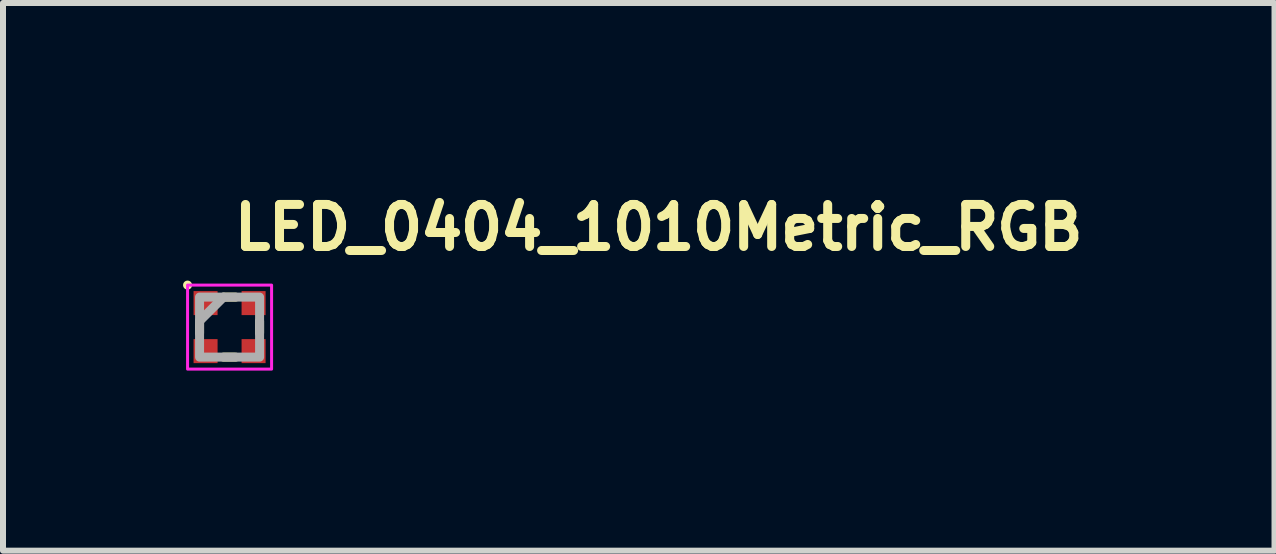
<source format=kicad_pcb>
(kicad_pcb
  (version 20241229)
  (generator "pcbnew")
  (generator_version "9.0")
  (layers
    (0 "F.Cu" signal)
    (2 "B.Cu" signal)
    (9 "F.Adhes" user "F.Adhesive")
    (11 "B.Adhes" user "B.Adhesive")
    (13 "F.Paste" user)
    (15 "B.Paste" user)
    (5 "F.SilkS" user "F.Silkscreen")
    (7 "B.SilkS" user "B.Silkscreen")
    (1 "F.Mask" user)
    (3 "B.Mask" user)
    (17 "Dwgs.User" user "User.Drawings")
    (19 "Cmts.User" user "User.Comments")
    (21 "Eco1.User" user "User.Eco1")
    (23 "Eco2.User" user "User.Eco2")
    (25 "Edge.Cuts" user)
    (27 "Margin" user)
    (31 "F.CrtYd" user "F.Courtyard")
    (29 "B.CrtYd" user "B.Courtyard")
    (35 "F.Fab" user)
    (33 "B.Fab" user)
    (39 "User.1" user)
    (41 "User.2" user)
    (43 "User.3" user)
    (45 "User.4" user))
  (footprint "LED_0404_1010Metric_RGB"
    (layer "F.Cu")
    (at 0.775 2.4)
    (property "Reference" "LED_0404_1010Metric_RGB" (at 0 -1.25 0) (unlocked yes) (layer "F.SilkS") (effects (font (size 0.7 0.7) (thickness 0.15)) (justify left bottom)))
    (attr smd)
    (fp_line (start -0.5 -0.1) (end -0.5 0.1) (stroke (width 0.15) (type solid)) (layer "F.SilkS"))
    (fp_line (start -0.1 0.5) (end 0.1 0.5) (stroke (width 0.15) (type solid)) (layer "F.SilkS"))
    (fp_line (start 0.1 -0.5) (end -0.1 -0.5) (stroke (width 0.15) (type solid)) (layer "F.SilkS"))
    (fp_line (start 0.5 0.1) (end 0.5 -0.1) (stroke (width 0.15) (type solid)) (layer "F.SilkS"))
    (fp_circle (center -0.7 -0.7) (end -0.7 -0.7) (stroke (width 0.15) (type solid)) (fill yes) (layer "F.SilkS"))
    (fp_rect (start -0.7 -0.7) (end 0.7 0.7) (stroke (width 0.05) (type solid)) (fill no) (layer "F.CrtYd"))
    (fp_line (start -0.1 -0.5) (end -0.5 -0.1) (stroke (width 0.15) (type solid)) (layer "F.Fab"))
    (fp_rect (start -0.5 -0.5) (end 0.5 0.5) (stroke (width 0.15) (type solid)) (fill no) (layer "F.Fab"))
    (fp_rect (start -0.5 -0.5) (end 0.5 0.5) (stroke (width 0.1) (type solid)) (fill no) (layer "User.5"))
    (fp_line (start -0.5 -0.5) (end -0.5 0.5) (stroke (width 0.02) (type solid)) (layer "User.9"))
    (fp_line (start -0.5 -0.5) (end -0.324 -0.5) (stroke (width 0.02) (type solid)) (layer "User.9"))
    (fp_line (start -0.5 0.5) (end 0.5 0.5) (stroke (width 0.02) (type solid)) (layer "User.9"))
    (fp_line (start -0.324 -0.5) (end 0.324 -0.5) (stroke (width 0.02) (type solid)) (layer "User.9"))
    (fp_line (start 0.399 -0.5) (end 0.324 -0.5) (stroke (width 0.02) (type solid)) (layer "User.9"))
    (fp_line (start 0.5 -0.5) (end -0.5 -0.5) (stroke (width 0.02) (type solid)) (layer "User.9"))
    (fp_line (start 0.5 0.5) (end 0.5 -0.5) (stroke (width 0.02) (type solid)) (layer "User.9"))
    (pad "1" smd rect (at -0.4 -0.4 270) (size 0.4 0.4) (layers "F.Cu" "F.Mask" "F.Paste"))
    (pad "2" smd rect (at 0.4 -0.4 270) (size 0.4 0.4) (layers "F.Cu" "F.Mask" "F.Paste"))
    (pad "3" smd rect (at 0.4 0.4 270) (size 0.4 0.4) (layers "F.Cu" "F.Mask" "F.Paste"))
    (pad "4" smd rect (at -0.4 0.4 270) (size 0.4 0.4) (layers "F.Cu" "F.Mask" "F.Paste")))
  (gr_rect
    (start -3 -3)
    (end 18.185 6.125)
    (stroke (width 0.1) (type default))
    (fill no)
    (layer "Edge.Cuts")))
</source>
